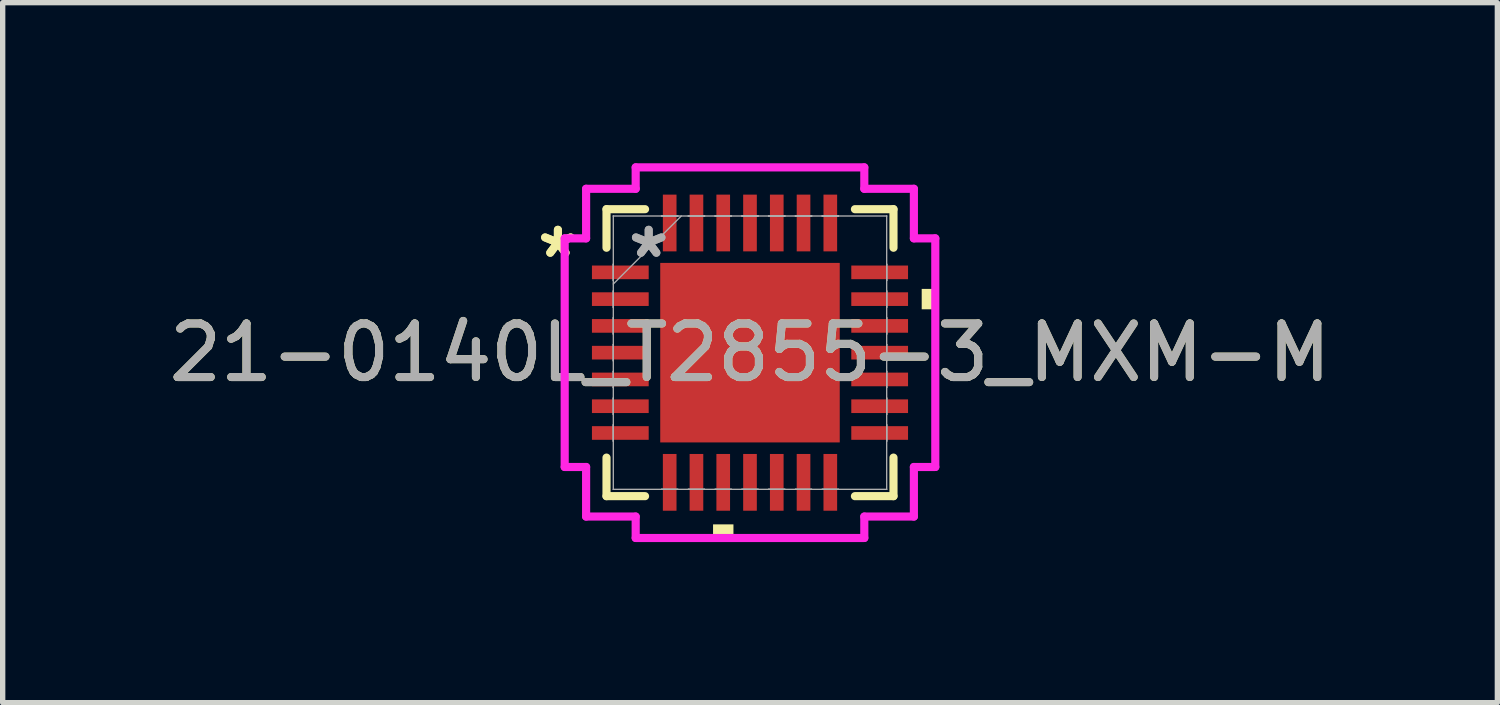
<source format=kicad_pcb>
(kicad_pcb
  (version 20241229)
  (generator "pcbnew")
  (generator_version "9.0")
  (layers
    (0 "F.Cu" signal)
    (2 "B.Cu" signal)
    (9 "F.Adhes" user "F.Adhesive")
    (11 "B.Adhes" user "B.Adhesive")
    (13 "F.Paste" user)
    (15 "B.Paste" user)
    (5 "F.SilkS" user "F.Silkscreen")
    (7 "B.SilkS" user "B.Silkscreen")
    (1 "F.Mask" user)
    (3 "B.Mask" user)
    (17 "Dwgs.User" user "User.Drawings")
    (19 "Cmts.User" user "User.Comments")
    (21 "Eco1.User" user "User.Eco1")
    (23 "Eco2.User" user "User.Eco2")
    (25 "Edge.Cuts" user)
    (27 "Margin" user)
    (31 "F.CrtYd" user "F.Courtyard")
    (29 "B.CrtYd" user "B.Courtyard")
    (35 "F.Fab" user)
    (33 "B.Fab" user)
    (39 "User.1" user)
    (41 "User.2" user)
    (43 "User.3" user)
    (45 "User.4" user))
  (footprint "21-0140L_T2855-3_MXM-M"
    (layer "F.Cu")
    (at 10.958 3.537)
    (property "Reference" "21-0140L_T2855-3_MXM-M" (at 0 0 0) (unlocked yes) (layer "F.SilkS") (effects (font (size 1 1) (thickness 0.15))))
    (attr smd)
    (fp_line (start -2.68 -2.68) (end -2.68 -1.96) (stroke (width 0.152) (type solid)) (layer "F.SilkS"))
    (fp_line (start -2.68 1.96) (end -2.68 2.68) (stroke (width 0.152) (type solid)) (layer "F.SilkS"))
    (fp_line (start -2.68 2.68) (end -1.96 2.68) (stroke (width 0.152) (type solid)) (layer "F.SilkS"))
    (fp_line (start -1.96 -2.68) (end -2.68 -2.68) (stroke (width 0.152) (type solid)) (layer "F.SilkS"))
    (fp_line (start 1.96 2.68) (end 2.68 2.68) (stroke (width 0.152) (type solid)) (layer "F.SilkS"))
    (fp_line (start 2.68 -2.68) (end 1.96 -2.68) (stroke (width 0.152) (type solid)) (layer "F.SilkS"))
    (fp_line (start 2.68 -1.96) (end 2.68 -2.68) (stroke (width 0.152) (type solid)) (layer "F.SilkS"))
    (fp_line (start 2.68 2.68) (end 2.68 1.96) (stroke (width 0.152) (type solid)) (layer "F.SilkS"))
    (fp_poly (pts (xy -0.69 3.207) (xy -0.69 3.461) (xy -0.309 3.461) (xy -0.309 3.207)) (stroke (width 0) (type solid)) (fill yes) (layer "F.SilkS"))
    (fp_poly (pts (xy 3.461 -1.191) (xy 3.461 -0.81) (xy 3.207 -0.81) (xy 3.207 -1.191)) (stroke (width 0) (type solid)) (fill yes) (layer "F.SilkS"))
    (fp_poly (pts (xy -1.576 -1.576) (xy -1.576 -0.1) (xy -0.1 -0.1) (xy -0.1 -1.576)) (stroke (width 0) (type solid)) (fill yes) (layer "F.Paste"))
    (fp_poly (pts (xy -1.576 0.1) (xy -1.576 1.576) (xy -0.1 1.576) (xy -0.1 0.1)) (stroke (width 0) (type solid)) (fill yes) (layer "F.Paste"))
    (fp_poly (pts (xy 0.1 -1.576) (xy 0.1 -0.1) (xy 1.576 -0.1) (xy 1.576 -1.576)) (stroke (width 0) (type solid)) (fill yes) (layer "F.Paste"))
    (fp_poly (pts (xy 0.1 0.1) (xy 0.1 1.576) (xy 1.576 1.576) (xy 1.576 0.1)) (stroke (width 0) (type solid)) (fill yes) (layer "F.Paste"))
    (fp_line (start -3.461 -2.135) (end -3.061 -2.135) (stroke (width 0.152) (type solid)) (layer "F.CrtYd"))
    (fp_line (start -3.461 2.135) (end -3.461 -2.135) (stroke (width 0.152) (type solid)) (layer "F.CrtYd"))
    (fp_line (start -3.061 -3.061) (end -2.135 -3.061) (stroke (width 0.152) (type solid)) (layer "F.CrtYd"))
    (fp_line (start -3.061 -2.135) (end -3.061 -3.061) (stroke (width 0.152) (type solid)) (layer "F.CrtYd"))
    (fp_line (start -3.061 2.135) (end -3.461 2.135) (stroke (width 0.152) (type solid)) (layer "F.CrtYd"))
    (fp_line (start -3.061 3.061) (end -3.061 2.135) (stroke (width 0.152) (type solid)) (layer "F.CrtYd"))
    (fp_line (start -2.135 -3.461) (end 2.135 -3.461) (stroke (width 0.152) (type solid)) (layer "F.CrtYd"))
    (fp_line (start -2.135 -3.061) (end -2.135 -3.461) (stroke (width 0.152) (type solid)) (layer "F.CrtYd"))
    (fp_line (start -2.135 3.061) (end -3.061 3.061) (stroke (width 0.152) (type solid)) (layer "F.CrtYd"))
    (fp_line (start -2.135 3.461) (end -2.135 3.061) (stroke (width 0.152) (type solid)) (layer "F.CrtYd"))
    (fp_line (start 2.135 -3.461) (end 2.135 -3.061) (stroke (width 0.152) (type solid)) (layer "F.CrtYd"))
    (fp_line (start 2.135 -3.061) (end 3.061 -3.061) (stroke (width 0.152) (type solid)) (layer "F.CrtYd"))
    (fp_line (start 2.135 3.061) (end 2.135 3.461) (stroke (width 0.152) (type solid)) (layer "F.CrtYd"))
    (fp_line (start 2.135 3.461) (end -2.135 3.461) (stroke (width 0.152) (type solid)) (layer "F.CrtYd"))
    (fp_line (start 3.061 -3.061) (end 3.061 -2.135) (stroke (width 0.152) (type solid)) (layer "F.CrtYd"))
    (fp_line (start 3.061 -2.135) (end 3.461 -2.135) (stroke (width 0.152) (type solid)) (layer "F.CrtYd"))
    (fp_line (start 3.061 2.135) (end 3.061 3.061) (stroke (width 0.152) (type solid)) (layer "F.CrtYd"))
    (fp_line (start 3.061 3.061) (end 2.135 3.061) (stroke (width 0.152) (type solid)) (layer "F.CrtYd"))
    (fp_line (start 3.461 -2.135) (end 3.461 2.135) (stroke (width 0.152) (type solid)) (layer "F.CrtYd"))
    (fp_line (start 3.461 2.135) (end 3.061 2.135) (stroke (width 0.152) (type solid)) (layer "F.CrtYd"))
    (fp_line (start -2.553 -2.553) (end -2.553 -2.553) (stroke (width 0.025) (type solid)) (layer "F.Fab"))
    (fp_line (start -2.553 -2.553) (end -2.553 2.553) (stroke (width 0.025) (type solid)) (layer "F.Fab"))
    (fp_line (start -2.553 -1.652) (end -2.553 -1.652) (stroke (width 0.025) (type solid)) (layer "F.Fab"))
    (fp_line (start -2.553 -1.652) (end -2.553 -1.348) (stroke (width 0.025) (type solid)) (layer "F.Fab"))
    (fp_line (start -2.553 -1.348) (end -2.553 -1.652) (stroke (width 0.025) (type solid)) (layer "F.Fab"))
    (fp_line (start -2.553 -1.348) (end -2.553 -1.348) (stroke (width 0.025) (type solid)) (layer "F.Fab"))
    (fp_line (start -2.553 -1.283) (end -1.283 -2.553) (stroke (width 0.025) (type solid)) (layer "F.Fab"))
    (fp_line (start -2.553 -1.152) (end -2.553 -1.152) (stroke (width 0.025) (type solid)) (layer "F.Fab"))
    (fp_line (start -2.553 -1.152) (end -2.553 -0.848) (stroke (width 0.025) (type solid)) (layer "F.Fab"))
    (fp_line (start -2.553 -0.848) (end -2.553 -1.152) (stroke (width 0.025) (type solid)) (layer "F.Fab"))
    (fp_line (start -2.553 -0.848) (end -2.553 -0.848) (stroke (width 0.025) (type solid)) (layer "F.Fab"))
    (fp_line (start -2.553 -0.652) (end -2.553 -0.652) (stroke (width 0.025) (type solid)) (layer "F.Fab"))
    (fp_line (start -2.553 -0.652) (end -2.553 -0.348) (stroke (width 0.025) (type solid)) (layer "F.Fab"))
    (fp_line (start -2.553 -0.348) (end -2.553 -0.652) (stroke (width 0.025) (type solid)) (layer "F.Fab"))
    (fp_line (start -2.553 -0.348) (end -2.553 -0.348) (stroke (width 0.025) (type solid)) (layer "F.Fab"))
    (fp_line (start -2.553 -0.152) (end -2.553 -0.152) (stroke (width 0.025) (type solid)) (layer "F.Fab"))
    (fp_line (start -2.553 -0.152) (end -2.553 0.152) (stroke (width 0.025) (type solid)) (layer "F.Fab"))
    (fp_line (start -2.553 0.152) (end -2.553 -0.152) (stroke (width 0.025) (type solid)) (layer "F.Fab"))
    (fp_line (start -2.553 0.152) (end -2.553 0.152) (stroke (width 0.025) (type solid)) (layer "F.Fab"))
    (fp_line (start -2.553 0.348) (end -2.553 0.348) (stroke (width 0.025) (type solid)) (layer "F.Fab"))
    (fp_line (start -2.553 0.348) (end -2.553 0.652) (stroke (width 0.025) (type solid)) (layer "F.Fab"))
    (fp_line (start -2.553 0.652) (end -2.553 0.348) (stroke (width 0.025) (type solid)) (layer "F.Fab"))
    (fp_line (start -2.553 0.652) (end -2.553 0.652) (stroke (width 0.025) (type solid)) (layer "F.Fab"))
    (fp_line (start -2.553 0.848) (end -2.553 0.848) (stroke (width 0.025) (type solid)) (layer "F.Fab"))
    (fp_line (start -2.553 0.848) (end -2.553 1.152) (stroke (width 0.025) (type solid)) (layer "F.Fab"))
    (fp_line (start -2.553 1.152) (end -2.553 0.848) (stroke (width 0.025) (type solid)) (layer "F.Fab"))
    (fp_line (start -2.553 1.152) (end -2.553 1.152) (stroke (width 0.025) (type solid)) (layer "F.Fab"))
    (fp_line (start -2.553 1.348) (end -2.553 1.348) (stroke (width 0.025) (type solid)) (layer "F.Fab"))
    (fp_line (start -2.553 1.348) (end -2.553 1.652) (stroke (width 0.025) (type solid)) (layer "F.Fab"))
    (fp_line (start -2.553 1.652) (end -2.553 1.348) (stroke (width 0.025) (type solid)) (layer "F.Fab"))
    (fp_line (start -2.553 1.652) (end -2.553 1.652) (stroke (width 0.025) (type solid)) (layer "F.Fab"))
    (fp_line (start -2.553 2.553) (end -2.553 2.553) (stroke (width 0.025) (type solid)) (layer "F.Fab"))
    (fp_line (start -2.553 2.553) (end 2.553 2.553) (stroke (width 0.025) (type solid)) (layer "F.Fab"))
    (fp_line (start -1.652 -2.553) (end -1.652 -2.553) (stroke (width 0.025) (type solid)) (layer "F.Fab"))
    (fp_line (start -1.652 -2.553) (end -1.348 -2.553) (stroke (width 0.025) (type solid)) (layer "F.Fab"))
    (fp_line (start -1.652 2.553) (end -1.652 2.553) (stroke (width 0.025) (type solid)) (layer "F.Fab"))
    (fp_line (start -1.652 2.553) (end -1.348 2.553) (stroke (width 0.025) (type solid)) (layer "F.Fab"))
    (fp_line (start -1.348 -2.553) (end -1.652 -2.553) (stroke (width 0.025) (type solid)) (layer "F.Fab"))
    (fp_line (start -1.348 -2.553) (end -1.348 -2.553) (stroke (width 0.025) (type solid)) (layer "F.Fab"))
    (fp_line (start -1.348 2.553) (end -1.652 2.553) (stroke (width 0.025) (type solid)) (layer "F.Fab"))
    (fp_line (start -1.348 2.553) (end -1.348 2.553) (stroke (width 0.025) (type solid)) (layer "F.Fab"))
    (fp_line (start -1.152 -2.553) (end -1.152 -2.553) (stroke (width 0.025) (type solid)) (layer "F.Fab"))
    (fp_line (start -1.152 -2.553) (end -0.848 -2.553) (stroke (width 0.025) (type solid)) (layer "F.Fab"))
    (fp_line (start -1.152 2.553) (end -1.152 2.553) (stroke (width 0.025) (type solid)) (layer "F.Fab"))
    (fp_line (start -1.152 2.553) (end -0.848 2.553) (stroke (width 0.025) (type solid)) (layer "F.Fab"))
    (fp_line (start -0.848 -2.553) (end -1.152 -2.553) (stroke (width 0.025) (type solid)) (layer "F.Fab"))
    (fp_line (start -0.848 -2.553) (end -0.848 -2.553) (stroke (width 0.025) (type solid)) (layer "F.Fab"))
    (fp_line (start -0.848 2.553) (end -1.152 2.553) (stroke (width 0.025) (type solid)) (layer "F.Fab"))
    (fp_line (start -0.848 2.553) (end -0.848 2.553) (stroke (width 0.025) (type solid)) (layer "F.Fab"))
    (fp_line (start -0.652 -2.553) (end -0.652 -2.553) (stroke (width 0.025) (type solid)) (layer "F.Fab"))
    (fp_line (start -0.652 -2.553) (end -0.348 -2.553) (stroke (width 0.025) (type solid)) (layer "F.Fab"))
    (fp_line (start -0.652 2.553) (end -0.652 2.553) (stroke (width 0.025) (type solid)) (layer "F.Fab"))
    (fp_line (start -0.652 2.553) (end -0.348 2.553) (stroke (width 0.025) (type solid)) (layer "F.Fab"))
    (fp_line (start -0.348 -2.553) (end -0.652 -2.553) (stroke (width 0.025) (type solid)) (layer "F.Fab"))
    (fp_line (start -0.348 -2.553) (end -0.348 -2.553) (stroke (width 0.025) (type solid)) (layer "F.Fab"))
    (fp_line (start -0.348 2.553) (end -0.652 2.553) (stroke (width 0.025) (type solid)) (layer "F.Fab"))
    (fp_line (start -0.348 2.553) (end -0.348 2.553) (stroke (width 0.025) (type solid)) (layer "F.Fab"))
    (fp_line (start -0.152 -2.553) (end -0.152 -2.553) (stroke (width 0.025) (type solid)) (layer "F.Fab"))
    (fp_line (start -0.152 -2.553) (end 0.152 -2.553) (stroke (width 0.025) (type solid)) (layer "F.Fab"))
    (fp_line (start -0.152 2.553) (end -0.152 2.553) (stroke (width 0.025) (type solid)) (layer "F.Fab"))
    (fp_line (start -0.152 2.553) (end 0.152 2.553) (stroke (width 0.025) (type solid)) (layer "F.Fab"))
    (fp_line (start 0.152 -2.553) (end -0.152 -2.553) (stroke (width 0.025) (type solid)) (layer "F.Fab"))
    (fp_line (start 0.152 -2.553) (end 0.152 -2.553) (stroke (width 0.025) (type solid)) (layer "F.Fab"))
    (fp_line (start 0.152 2.553) (end -0.152 2.553) (stroke (width 0.025) (type solid)) (layer "F.Fab"))
    (fp_line (start 0.152 2.553) (end 0.152 2.553) (stroke (width 0.025) (type solid)) (layer "F.Fab"))
    (fp_line (start 0.348 -2.553) (end 0.348 -2.553) (stroke (width 0.025) (type solid)) (layer "F.Fab"))
    (fp_line (start 0.348 -2.553) (end 0.652 -2.553) (stroke (width 0.025) (type solid)) (layer "F.Fab"))
    (fp_line (start 0.348 2.553) (end 0.348 2.553) (stroke (width 0.025) (type solid)) (layer "F.Fab"))
    (fp_line (start 0.348 2.553) (end 0.652 2.553) (stroke (width 0.025) (type solid)) (layer "F.Fab"))
    (fp_line (start 0.652 -2.553) (end 0.348 -2.553) (stroke (width 0.025) (type solid)) (layer "F.Fab"))
    (fp_line (start 0.652 -2.553) (end 0.652 -2.553) (stroke (width 0.025) (type solid)) (layer "F.Fab"))
    (fp_line (start 0.652 2.553) (end 0.348 2.553) (stroke (width 0.025) (type solid)) (layer "F.Fab"))
    (fp_line (start 0.652 2.553) (end 0.652 2.553) (stroke (width 0.025) (type solid)) (layer "F.Fab"))
    (fp_line (start 0.848 -2.553) (end 0.848 -2.553) (stroke (width 0.025) (type solid)) (layer "F.Fab"))
    (fp_line (start 0.848 -2.553) (end 1.152 -2.553) (stroke (width 0.025) (type solid)) (layer "F.Fab"))
    (fp_line (start 0.848 2.553) (end 0.848 2.553) (stroke (width 0.025) (type solid)) (layer "F.Fab"))
    (fp_line (start 0.848 2.553) (end 1.152 2.553) (stroke (width 0.025) (type solid)) (layer "F.Fab"))
    (fp_line (start 1.152 -2.553) (end 0.848 -2.553) (stroke (width 0.025) (type solid)) (layer "F.Fab"))
    (fp_line (start 1.152 -2.553) (end 1.152 -2.553) (stroke (width 0.025) (type solid)) (layer "F.Fab"))
    (fp_line (start 1.152 2.553) (end 0.848 2.553) (stroke (width 0.025) (type solid)) (layer "F.Fab"))
    (fp_line (start 1.152 2.553) (end 1.152 2.553) (stroke (width 0.025) (type solid)) (layer "F.Fab"))
    (fp_line (start 1.348 -2.553) (end 1.348 -2.553) (stroke (width 0.025) (type solid)) (layer "F.Fab"))
    (fp_line (start 1.348 -2.553) (end 1.652 -2.553) (stroke (width 0.025) (type solid)) (layer "F.Fab"))
    (fp_line (start 1.348 2.553) (end 1.348 2.553) (stroke (width 0.025) (type solid)) (layer "F.Fab"))
    (fp_line (start 1.348 2.553) (end 1.652 2.553) (stroke (width 0.025) (type solid)) (layer "F.Fab"))
    (fp_line (start 1.652 -2.553) (end 1.348 -2.553) (stroke (width 0.025) (type solid)) (layer "F.Fab"))
    (fp_line (start 1.652 -2.553) (end 1.652 -2.553) (stroke (width 0.025) (type solid)) (layer "F.Fab"))
    (fp_line (start 1.652 2.553) (end 1.348 2.553) (stroke (width 0.025) (type solid)) (layer "F.Fab"))
    (fp_line (start 1.652 2.553) (end 1.652 2.553) (stroke (width 0.025) (type solid)) (layer "F.Fab"))
    (fp_line (start 2.553 -2.553) (end -2.553 -2.553) (stroke (width 0.025) (type solid)) (layer "F.Fab"))
    (fp_line (start 2.553 -2.553) (end 2.553 -2.553) (stroke (width 0.025) (type solid)) (layer "F.Fab"))
    (fp_line (start 2.553 -1.652) (end 2.553 -1.652) (stroke (width 0.025) (type solid)) (layer "F.Fab"))
    (fp_line (start 2.553 -1.652) (end 2.553 -1.348) (stroke (width 0.025) (type solid)) (layer "F.Fab"))
    (fp_line (start 2.553 -1.348) (end 2.553 -1.652) (stroke (width 0.025) (type solid)) (layer "F.Fab"))
    (fp_line (start 2.553 -1.348) (end 2.553 -1.348) (stroke (width 0.025) (type solid)) (layer "F.Fab"))
    (fp_line (start 2.553 -1.152) (end 2.553 -1.152) (stroke (width 0.025) (type solid)) (layer "F.Fab"))
    (fp_line (start 2.553 -1.152) (end 2.553 -0.848) (stroke (width 0.025) (type solid)) (layer "F.Fab"))
    (fp_line (start 2.553 -0.848) (end 2.553 -1.152) (stroke (width 0.025) (type solid)) (layer "F.Fab"))
    (fp_line (start 2.553 -0.848) (end 2.553 -0.848) (stroke (width 0.025) (type solid)) (layer "F.Fab"))
    (fp_line (start 2.553 -0.652) (end 2.553 -0.652) (stroke (width 0.025) (type solid)) (layer "F.Fab"))
    (fp_line (start 2.553 -0.652) (end 2.553 -0.348) (stroke (width 0.025) (type solid)) (layer "F.Fab"))
    (fp_line (start 2.553 -0.348) (end 2.553 -0.652) (stroke (width 0.025) (type solid)) (layer "F.Fab"))
    (fp_line (start 2.553 -0.348) (end 2.553 -0.348) (stroke (width 0.025) (type solid)) (layer "F.Fab"))
    (fp_line (start 2.553 -0.152) (end 2.553 -0.152) (stroke (width 0.025) (type solid)) (layer "F.Fab"))
    (fp_line (start 2.553 -0.152) (end 2.553 0.152) (stroke (width 0.025) (type solid)) (layer "F.Fab"))
    (fp_line (start 2.553 0.152) (end 2.553 -0.152) (stroke (width 0.025) (type solid)) (layer "F.Fab"))
    (fp_line (start 2.553 0.152) (end 2.553 0.152) (stroke (width 0.025) (type solid)) (layer "F.Fab"))
    (fp_line (start 2.553 0.348) (end 2.553 0.348) (stroke (width 0.025) (type solid)) (layer "F.Fab"))
    (fp_line (start 2.553 0.348) (end 2.553 0.652) (stroke (width 0.025) (type solid)) (layer "F.Fab"))
    (fp_line (start 2.553 0.652) (end 2.553 0.348) (stroke (width 0.025) (type solid)) (layer "F.Fab"))
    (fp_line (start 2.553 0.652) (end 2.553 0.652) (stroke (width 0.025) (type solid)) (layer "F.Fab"))
    (fp_line (start 2.553 0.848) (end 2.553 0.848) (stroke (width 0.025) (type solid)) (layer "F.Fab"))
    (fp_line (start 2.553 0.848) (end 2.553 1.152) (stroke (width 0.025) (type solid)) (layer "F.Fab"))
    (fp_line (start 2.553 1.152) (end 2.553 0.848) (stroke (width 0.025) (type solid)) (layer "F.Fab"))
    (fp_line (start 2.553 1.152) (end 2.553 1.152) (stroke (width 0.025) (type solid)) (layer "F.Fab"))
    (fp_line (start 2.553 1.348) (end 2.553 1.348) (stroke (width 0.025) (type solid)) (layer "F.Fab"))
    (fp_line (start 2.553 1.348) (end 2.553 1.652) (stroke (width 0.025) (type solid)) (layer "F.Fab"))
    (fp_line (start 2.553 1.652) (end 2.553 1.348) (stroke (width 0.025) (type solid)) (layer "F.Fab"))
    (fp_line (start 2.553 1.652) (end 2.553 1.652) (stroke (width 0.025) (type solid)) (layer "F.Fab"))
    (fp_line (start 2.553 2.553) (end 2.553 -2.553) (stroke (width 0.025) (type solid)) (layer "F.Fab"))
    (fp_line (start 2.553 2.553) (end 2.553 2.553) (stroke (width 0.025) (type solid)) (layer "F.Fab"))
    (fp_text user "*" (at -3.588 -1.75 0) (layer "F.SilkS") (effects (font (size 1 1) (thickness 0.15))))
    (fp_text user "*" (at -3.588 -1.75 0) (unlocked yes) (layer "F.SilkS") (effects (font (size 1 1) (thickness 0.15))))
    (fp_text user "*" (at -1.892 -1.75 0) (unlocked yes) (layer "F.Fab") (effects (font (size 1 1) (thickness 0.15))))
    (fp_text user "${REFERENCE}" (at 0 0 0) (unlocked yes) (layer "F.Fab") (effects (font (size 1 1) (thickness 0.15))))
    (fp_text user "*" (at -1.892 -1.75 0) (layer "F.Fab") (effects (font (size 1 1) (thickness 0.15))))
    (pad "1" smd rect (at -2.422 -1.5 90) (size 0.255 1.06) (layers "F.Cu" "F.Mask" "F.Paste"))
    (pad "2" smd rect (at -2.422 -1 90) (size 0.255 1.06) (layers "F.Cu" "F.Mask" "F.Paste"))
    (pad "3" smd rect (at -2.422 -0.5 90) (size 0.255 1.06) (layers "F.Cu" "F.Mask" "F.Paste"))
    (pad "4" smd rect (at -2.422 0 90) (size 0.255 1.06) (layers "F.Cu" "F.Mask" "F.Paste"))
    (pad "5" smd rect (at -2.422 0.5 90) (size 0.255 1.06) (layers "F.Cu" "F.Mask" "F.Paste"))
    (pad "6" smd rect (at -2.422 1 90) (size 0.255 1.06) (layers "F.Cu" "F.Mask" "F.Paste"))
    (pad "7" smd rect (at -2.422 1.5 90) (size 0.255 1.06) (layers "F.Cu" "F.Mask" "F.Paste"))
    (pad "8" smd rect (at -1.5 2.422) (size 0.255 1.06) (layers "F.Cu" "F.Mask" "F.Paste"))
    (pad "9" smd rect (at -1 2.422) (size 0.255 1.06) (layers "F.Cu" "F.Mask" "F.Paste"))
    (pad "10" smd rect (at -0.5 2.422) (size 0.255 1.06) (layers "F.Cu" "F.Mask" "F.Paste"))
    (pad "11" smd rect (at 0 2.422) (size 0.255 1.06) (layers "F.Cu" "F.Mask" "F.Paste"))
    (pad "12" smd rect (at 0.5 2.422) (size 0.255 1.06) (layers "F.Cu" "F.Mask" "F.Paste"))
    (pad "13" smd rect (at 1 2.422) (size 0.255 1.06) (layers "F.Cu" "F.Mask" "F.Paste"))
    (pad "14" smd rect (at 1.5 2.422) (size 0.255 1.06) (layers "F.Cu" "F.Mask" "F.Paste"))
    (pad "15" smd rect (at 2.422 1.5 90) (size 0.255 1.06) (layers "F.Cu" "F.Mask" "F.Paste"))
    (pad "16" smd rect (at 2.422 1 90) (size 0.255 1.06) (layers "F.Cu" "F.Mask" "F.Paste"))
    (pad "17" smd rect (at 2.422 0.5 90) (size 0.255 1.06) (layers "F.Cu" "F.Mask" "F.Paste"))
    (pad "18" smd rect (at 2.422 0 90) (size 0.255 1.06) (layers "F.Cu" "F.Mask" "F.Paste"))
    (pad "19" smd rect (at 2.422 -0.5 90) (size 0.255 1.06) (layers "F.Cu" "F.Mask" "F.Paste"))
    (pad "20" smd rect (at 2.422 -1 90) (size 0.255 1.06) (layers "F.Cu" "F.Mask" "F.Paste"))
    (pad "21" smd rect (at 2.422 -1.5 90) (size 0.255 1.06) (layers "F.Cu" "F.Mask" "F.Paste"))
    (pad "22" smd rect (at 1.5 -2.422) (size 0.255 1.06) (layers "F.Cu" "F.Mask" "F.Paste"))
    (pad "23" smd rect (at 1 -2.422) (size 0.255 1.06) (layers "F.Cu" "F.Mask" "F.Paste"))
    (pad "24" smd rect (at 0.5 -2.422) (size 0.255 1.06) (layers "F.Cu" "F.Mask" "F.Paste"))
    (pad "25" smd rect (at 0 -2.422) (size 0.255 1.06) (layers "F.Cu" "F.Mask" "F.Paste"))
    (pad "26" smd rect (at -0.5 -2.422) (size 0.255 1.06) (layers "F.Cu" "F.Mask" "F.Paste"))
    (pad "27" smd rect (at -1 -2.422) (size 0.255 1.06) (layers "F.Cu" "F.Mask" "F.Paste"))
    (pad "28" smd rect (at -1.5 -2.422) (size 0.255 1.06) (layers "F.Cu" "F.Mask" "F.Paste"))
    (pad "29" smd rect (at 0 0) (size 3.353 3.353) (layers "F.Cu" "F.Mask")))
  (gr_rect
    (start -3 -3)
    (end 24.917 10.074)
    (stroke (width 0.1) (type default))
    (fill no)
    (layer "Edge.Cuts")))
</source>
